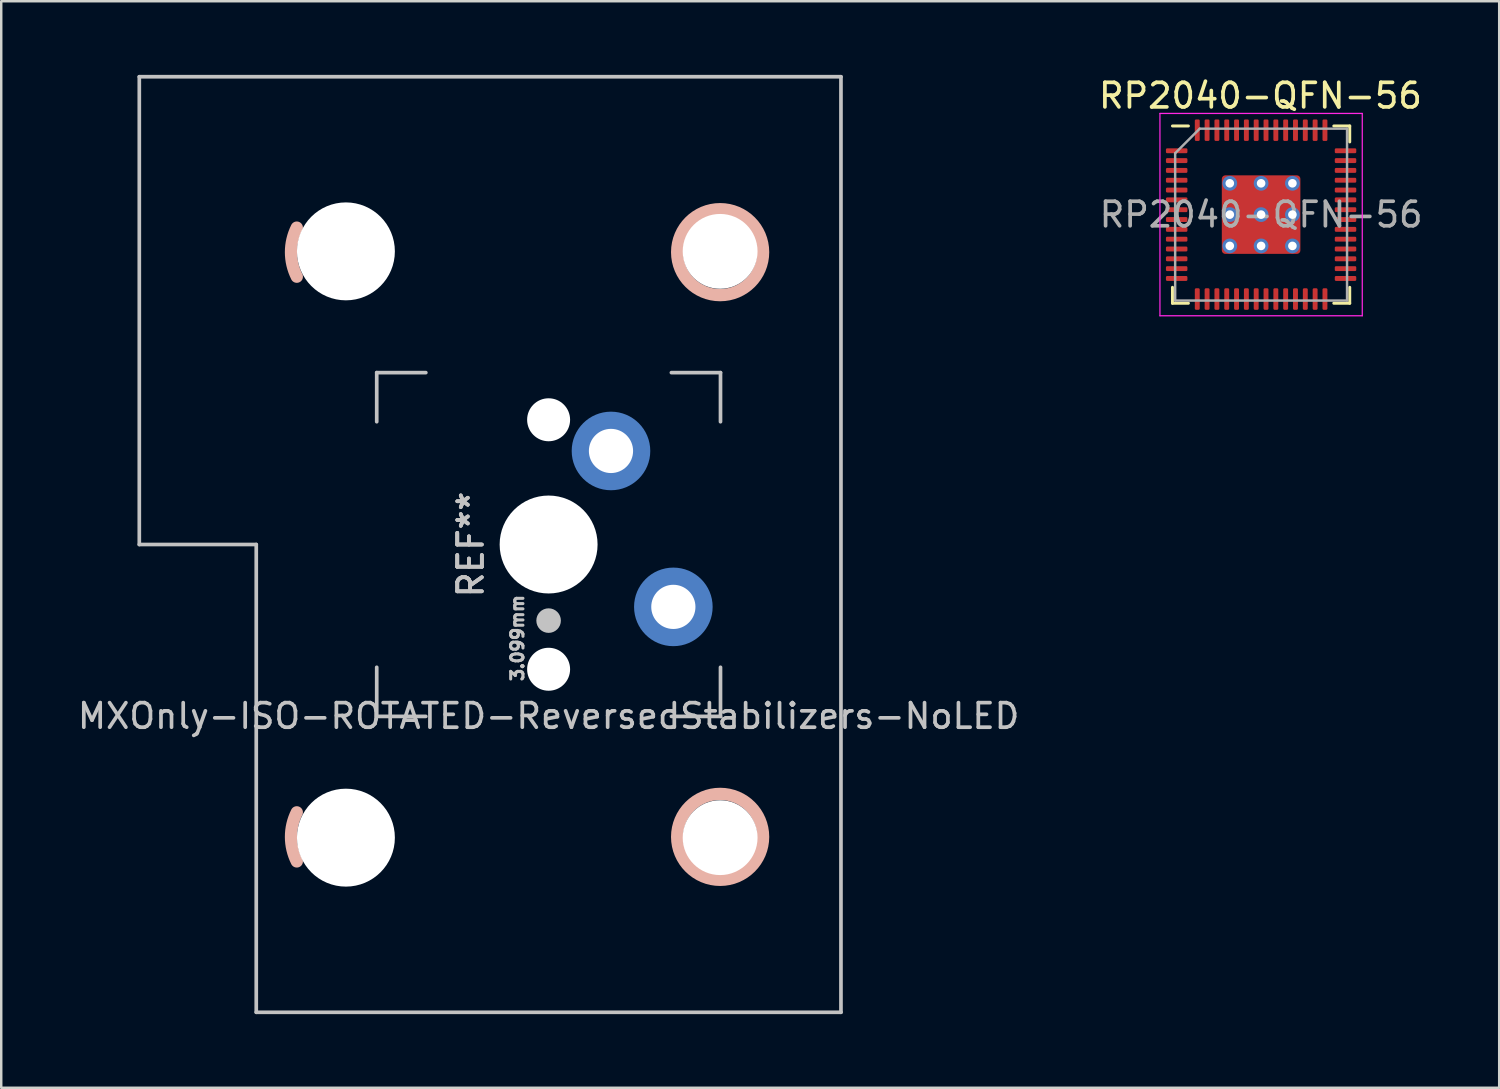
<source format=kicad_pcb>
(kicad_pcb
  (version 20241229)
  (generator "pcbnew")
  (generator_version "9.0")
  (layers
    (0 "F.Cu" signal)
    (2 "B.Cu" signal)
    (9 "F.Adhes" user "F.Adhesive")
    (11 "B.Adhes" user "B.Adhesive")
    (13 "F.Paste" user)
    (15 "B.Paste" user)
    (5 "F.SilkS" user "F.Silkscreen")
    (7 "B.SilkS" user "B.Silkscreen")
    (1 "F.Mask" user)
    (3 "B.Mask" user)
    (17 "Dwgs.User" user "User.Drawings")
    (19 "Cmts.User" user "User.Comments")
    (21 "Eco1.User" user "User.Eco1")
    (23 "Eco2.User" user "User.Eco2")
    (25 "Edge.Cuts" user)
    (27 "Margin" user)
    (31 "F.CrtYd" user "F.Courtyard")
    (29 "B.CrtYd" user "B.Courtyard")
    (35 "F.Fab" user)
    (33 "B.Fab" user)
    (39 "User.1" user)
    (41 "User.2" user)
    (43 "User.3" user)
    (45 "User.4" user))
  (footprint "MXOnly-ISO-ROTATED-ReversedStabilizers-NoLED"
    (layer "F.Cu")
    (at 19.292 19.125)
    (property "Reference" "MXOnly-ISO-ROTATED-ReversedStabilizers-NoLED" (at 0 6.985 0) (layer "Dwgs.User") (effects (font (size 1 1) (thickness 0.15))))
    (attr through_hole)
    (fp_arc (start -10.255 -10.90625) (mid -10.491068 -11.905663) (end -10.255525 -12.905199) (stroke (width 0.5) (type solid)) (layer "B.SilkS"))
    (fp_arc (start -10.255 12.90625) (mid -10.491068 11.906837) (end -10.255525 10.907301) (stroke (width 0.5) (type solid)) (layer "B.SilkS"))
    (fp_circle (center 6.985 -11.906) (end 6.985 -10.156) (stroke (width 0.5) (type solid)) (fill no) (layer "B.SilkS"))
    (fp_circle (center 6.985 11.906) (end 6.985 13.656) (stroke (width 0.5) (type solid)) (fill no) (layer "B.SilkS"))
    (fp_line (start -16.669 -19.05) (end -16.669 0) (stroke (width 0.15) (type solid)) (layer "Dwgs.User"))
    (fp_line (start -16.669 -19.05) (end 11.906 -19.05) (stroke (width 0.15) (type solid)) (layer "Dwgs.User"))
    (fp_line (start -11.906 0) (end -16.669 0) (stroke (width 0.15) (type solid)) (layer "Dwgs.User"))
    (fp_line (start -11.906 19.05) (end -11.906 0) (stroke (width 0.15) (type solid)) (layer "Dwgs.User"))
    (fp_line (start -11.906 19.05) (end 11.906 19.05) (stroke (width 0.15) (type solid)) (layer "Dwgs.User"))
    (fp_line (start -7 -7) (end -7 -5) (stroke (width 0.15) (type solid)) (layer "Dwgs.User"))
    (fp_line (start -7 5) (end -7 7) (stroke (width 0.15) (type solid)) (layer "Dwgs.User"))
    (fp_line (start -7 7) (end -5 7) (stroke (width 0.15) (type solid)) (layer "Dwgs.User"))
    (fp_line (start -5 -7) (end -7 -7) (stroke (width 0.15) (type solid)) (layer "Dwgs.User"))
    (fp_line (start 7 -7) (end 5 -7) (stroke (width 0.15) (type solid)) (layer "Dwgs.User"))
    (fp_line (start 7 -5) (end 7 -7) (stroke (width 0.15) (type solid)) (layer "Dwgs.User"))
    (fp_line (start 7 5) (end 7 7) (stroke (width 0.15) (type solid)) (layer "Dwgs.User"))
    (fp_line (start 7 7) (end 5 7) (stroke (width 0.15) (type solid)) (layer "Dwgs.User"))
    (fp_line (start 11.906 -19.05) (end 11.906 19.05) (stroke (width 0.15) (type solid)) (layer "Dwgs.User"))
    (fp_text user "REF**" (at -3.175 0 270) (layer "Dwgs.User") (effects (font (size 1 1) (thickness 0.15))))
    (fp_text user "3.099mm" (at -1.27 3.81 270) (layer "Dwgs.User") (effects (font (size 0.5 0.5) (thickness 0.125))))
    (fp_text user "REF**" (at -3.175 0 270) (layer "Dwgs.User") (effects (font (size 1 1) (thickness 0.15))))
    (fp_text user "REF**" (at -3.175 0 270) (layer "Dwgs.User") (effects (font (size 1 1) (thickness 0.15))))
    (pad "" np_thru_hole circle (at -8.255 -11.938) (size 3.988 3.988) (drill 3.988) (layers "*.Cu" "*.Mask"))
    (pad "" np_thru_hole circle (at -8.255 11.938) (size 3.988 3.988) (drill 3.988) (layers "*.Cu" "*.Mask"))
    (pad "" np_thru_hole circle (at 0 -5.08 318.1) (size 1.75 1.75) (drill 1.75) (layers "*.Cu" "*.Mask"))
    (pad "" np_thru_hole circle (at 0 0 270) (size 3.988 3.988) (drill 3.988) (layers "*.Cu" "*.Mask"))
    (pad "" smd circle (at 0 3.099 270) (size 1 1) (layers "Dwgs.User"))
    (pad "" np_thru_hole circle (at 0 5.08 318.1) (size 1.75 1.75) (drill 1.75) (layers "*.Cu" "*.Mask"))
    (pad "" smd circle (at 2.54 -3.81 270) (size 2.8 2.8) (layers "B.Mask"))
    (pad "" smd circle (at 5.08 2.54 270) (size 2.8 2.8) (layers "B.Mask"))
    (pad "" np_thru_hole circle (at 6.985 -11.938) (size 3.048 3.048) (drill 3.048) (layers "*.Cu" "*.Mask"))
    (pad "" np_thru_hole circle (at 6.985 11.938) (size 3.048 3.048) (drill 3.048) (layers "*.Cu" "*.Mask"))
    (pad "1" thru_hole circle (at 2.54 -3.81 270) (size 2.4 2.4) (drill 1.8) (layers "*.Cu"))
    (pad "1" connect circle (at 2.54 -3.81 270) (size 3.2 3.2) (layers "B.Cu"))
    (pad "2" thru_hole circle (at 5.08 2.54 270) (size 2.4 2.4) (drill 1.8) (layers "*.Cu"))
    (pad "2" connect circle (at 5.08 2.54 270) (size 3.2 3.2) (layers "B.Cu")))
  (footprint "RP2040-QFN-56"
    (layer "F.Cu")
    (at 48.308 5.69)
    (property "Reference" "RP2040-QFN-56" (at -0.028 -4.842 0) (layer "F.SilkS") (effects (font (size 1 1) (thickness 0.15))))
    (attr smd)
    (fp_line (start -3.61 3.61) (end -3.61 2.96) (stroke (width 0.12) (type solid)) (layer "F.SilkS"))
    (fp_line (start -2.96 -3.61) (end -3.61 -3.61) (stroke (width 0.12) (type solid)) (layer "F.SilkS"))
    (fp_line (start -2.96 3.61) (end -3.61 3.61) (stroke (width 0.12) (type solid)) (layer "F.SilkS"))
    (fp_line (start 2.96 -3.61) (end 3.61 -3.61) (stroke (width 0.12) (type solid)) (layer "F.SilkS"))
    (fp_line (start 2.96 3.61) (end 3.61 3.61) (stroke (width 0.12) (type solid)) (layer "F.SilkS"))
    (fp_line (start 3.61 -3.61) (end 3.61 -2.96) (stroke (width 0.12) (type solid)) (layer "F.SilkS"))
    (fp_line (start 3.61 3.61) (end 3.61 2.96) (stroke (width 0.12) (type solid)) (layer "F.SilkS"))
    (fp_line (start -4.12 -4.12) (end -4.12 4.12) (stroke (width 0.05) (type solid)) (layer "F.CrtYd"))
    (fp_line (start -4.12 4.12) (end 4.12 4.12) (stroke (width 0.05) (type solid)) (layer "F.CrtYd"))
    (fp_line (start 4.12 -4.12) (end -4.12 -4.12) (stroke (width 0.05) (type solid)) (layer "F.CrtYd"))
    (fp_line (start 4.12 4.12) (end 4.12 -4.12) (stroke (width 0.05) (type solid)) (layer "F.CrtYd"))
    (fp_line (start -3.5 -2.5) (end -2.5 -3.5) (stroke (width 0.1) (type solid)) (layer "F.Fab"))
    (fp_line (start -3.5 3.5) (end -3.5 -2.5) (stroke (width 0.1) (type solid)) (layer "F.Fab"))
    (fp_line (start -2.5 -3.5) (end 3.5 -3.5) (stroke (width 0.1) (type solid)) (layer "F.Fab"))
    (fp_line (start 3.5 -3.5) (end 3.5 3.5) (stroke (width 0.1) (type solid)) (layer "F.Fab"))
    (fp_line (start 3.5 3.5) (end -3.5 3.5) (stroke (width 0.1) (type solid)) (layer "F.Fab"))
    (fp_text user "${REFERENCE}" (at 0 0 0) (layer "F.Fab") (effects (font (size 1 1) (thickness 0.15))))
    (pad "" smd roundrect (at -0.637 -0.637) (size 1.084 1.084) (layers "F.Paste") (roundrect_rratio 0.231))
    (pad "" smd roundrect (at -0.637 0.637) (size 1.084 1.084) (layers "F.Paste") (roundrect_rratio 0.231))
    (pad "" smd roundrect (at 0.637 -0.637) (size 1.084 1.084) (layers "F.Paste") (roundrect_rratio 0.231))
    (pad "" smd roundrect (at 0.637 0.637) (size 1.084 1.084) (layers "F.Paste") (roundrect_rratio 0.231))
    (pad "1" smd roundrect (at -3.438 -2.6) (size 0.875 0.2) (layers "F.Cu" "F.Mask" "F.Paste") (roundrect_rratio 0.25))
    (pad "2" smd roundrect (at -3.438 -2.2) (size 0.875 0.2) (layers "F.Cu" "F.Mask" "F.Paste") (roundrect_rratio 0.25))
    (pad "3" smd roundrect (at -3.438 -1.8) (size 0.875 0.2) (layers "F.Cu" "F.Mask" "F.Paste") (roundrect_rratio 0.25))
    (pad "4" smd roundrect (at -3.438 -1.4) (size 0.875 0.2) (layers "F.Cu" "F.Mask" "F.Paste") (roundrect_rratio 0.25))
    (pad "5" smd roundrect (at -3.438 -1) (size 0.875 0.2) (layers "F.Cu" "F.Mask" "F.Paste") (roundrect_rratio 0.25))
    (pad "6" smd roundrect (at -3.438 -0.6) (size 0.875 0.2) (layers "F.Cu" "F.Mask" "F.Paste") (roundrect_rratio 0.25))
    (pad "7" smd roundrect (at -3.438 -0.2) (size 0.875 0.2) (layers "F.Cu" "F.Mask" "F.Paste") (roundrect_rratio 0.25))
    (pad "8" smd roundrect (at -3.438 0.2) (size 0.875 0.2) (layers "F.Cu" "F.Mask" "F.Paste") (roundrect_rratio 0.25))
    (pad "9" smd roundrect (at -3.438 0.6) (size 0.875 0.2) (layers "F.Cu" "F.Mask" "F.Paste") (roundrect_rratio 0.25))
    (pad "10" smd roundrect (at -3.438 1) (size 0.875 0.2) (layers "F.Cu" "F.Mask" "F.Paste") (roundrect_rratio 0.25))
    (pad "11" smd roundrect (at -3.438 1.4) (size 0.875 0.2) (layers "F.Cu" "F.Mask" "F.Paste") (roundrect_rratio 0.25))
    (pad "12" smd roundrect (at -3.438 1.8) (size 0.875 0.2) (layers "F.Cu" "F.Mask" "F.Paste") (roundrect_rratio 0.25))
    (pad "13" smd roundrect (at -3.438 2.2) (size 0.875 0.2) (layers "F.Cu" "F.Mask" "F.Paste") (roundrect_rratio 0.25))
    (pad "14" smd roundrect (at -3.438 2.6) (size 0.875 0.2) (layers "F.Cu" "F.Mask" "F.Paste") (roundrect_rratio 0.25))
    (pad "15" smd roundrect (at -2.6 3.438) (size 0.2 0.875) (layers "F.Cu" "F.Mask" "F.Paste") (roundrect_rratio 0.25))
    (pad "16" smd roundrect (at -2.2 3.438) (size 0.2 0.875) (layers "F.Cu" "F.Mask" "F.Paste") (roundrect_rratio 0.25))
    (pad "17" smd roundrect (at -1.8 3.438) (size 0.2 0.875) (layers "F.Cu" "F.Mask" "F.Paste") (roundrect_rratio 0.25))
    (pad "18" smd roundrect (at -1.4 3.438) (size 0.2 0.875) (layers "F.Cu" "F.Mask" "F.Paste") (roundrect_rratio 0.25))
    (pad "19" smd roundrect (at -1 3.438) (size 0.2 0.875) (layers "F.Cu" "F.Mask" "F.Paste") (roundrect_rratio 0.25))
    (pad "20" smd roundrect (at -0.6 3.438) (size 0.2 0.875) (layers "F.Cu" "F.Mask" "F.Paste") (roundrect_rratio 0.25))
    (pad "21" smd roundrect (at -0.2 3.438) (size 0.2 0.875) (layers "F.Cu" "F.Mask" "F.Paste") (roundrect_rratio 0.25))
    (pad "22" smd roundrect (at 0.2 3.438) (size 0.2 0.875) (layers "F.Cu" "F.Mask" "F.Paste") (roundrect_rratio 0.25))
    (pad "23" smd roundrect (at 0.6 3.438) (size 0.2 0.875) (layers "F.Cu" "F.Mask" "F.Paste") (roundrect_rratio 0.25))
    (pad "24" smd roundrect (at 1 3.438) (size 0.2 0.875) (layers "F.Cu" "F.Mask" "F.Paste") (roundrect_rratio 0.25))
    (pad "25" smd roundrect (at 1.4 3.438) (size 0.2 0.875) (layers "F.Cu" "F.Mask" "F.Paste") (roundrect_rratio 0.25))
    (pad "26" smd roundrect (at 1.8 3.438) (size 0.2 0.875) (layers "F.Cu" "F.Mask" "F.Paste") (roundrect_rratio 0.25))
    (pad "27" smd roundrect (at 2.2 3.438) (size 0.2 0.875) (layers "F.Cu" "F.Mask" "F.Paste") (roundrect_rratio 0.25))
    (pad "28" smd roundrect (at 2.6 3.438) (size 0.2 0.875) (layers "F.Cu" "F.Mask" "F.Paste") (roundrect_rratio 0.25))
    (pad "29" smd roundrect (at 3.438 2.6) (size 0.875 0.2) (layers "F.Cu" "F.Mask" "F.Paste") (roundrect_rratio 0.25))
    (pad "30" smd roundrect (at 3.438 2.2) (size 0.875 0.2) (layers "F.Cu" "F.Mask" "F.Paste") (roundrect_rratio 0.25))
    (pad "31" smd roundrect (at 3.438 1.8) (size 0.875 0.2) (layers "F.Cu" "F.Mask" "F.Paste") (roundrect_rratio 0.25))
    (pad "32" smd roundrect (at 3.438 1.4) (size 0.875 0.2) (layers "F.Cu" "F.Mask" "F.Paste") (roundrect_rratio 0.25))
    (pad "33" smd roundrect (at 3.438 1) (size 0.875 0.2) (layers "F.Cu" "F.Mask" "F.Paste") (roundrect_rratio 0.25))
    (pad "34" smd roundrect (at 3.438 0.6) (size 0.875 0.2) (layers "F.Cu" "F.Mask" "F.Paste") (roundrect_rratio 0.25))
    (pad "35" smd roundrect (at 3.438 0.2) (size 0.875 0.2) (layers "F.Cu" "F.Mask" "F.Paste") (roundrect_rratio 0.25))
    (pad "36" smd roundrect (at 3.438 -0.2) (size 0.875 0.2) (layers "F.Cu" "F.Mask" "F.Paste") (roundrect_rratio 0.25))
    (pad "37" smd roundrect (at 3.438 -0.6) (size 0.875 0.2) (layers "F.Cu" "F.Mask" "F.Paste") (roundrect_rratio 0.25))
    (pad "38" smd roundrect (at 3.438 -1) (size 0.875 0.2) (layers "F.Cu" "F.Mask" "F.Paste") (roundrect_rratio 0.25))
    (pad "39" smd roundrect (at 3.438 -1.4) (size 0.875 0.2) (layers "F.Cu" "F.Mask" "F.Paste") (roundrect_rratio 0.25))
    (pad "40" smd roundrect (at 3.438 -1.8) (size 0.875 0.2) (layers "F.Cu" "F.Mask" "F.Paste") (roundrect_rratio 0.25))
    (pad "41" smd roundrect (at 3.438 -2.2) (size 0.875 0.2) (layers "F.Cu" "F.Mask" "F.Paste") (roundrect_rratio 0.25))
    (pad "42" smd roundrect (at 3.438 -2.6) (size 0.875 0.2) (layers "F.Cu" "F.Mask" "F.Paste") (roundrect_rratio 0.25))
    (pad "43" smd roundrect (at 2.6 -3.438) (size 0.2 0.875) (layers "F.Cu" "F.Mask" "F.Paste") (roundrect_rratio 0.25))
    (pad "44" smd roundrect (at 2.2 -3.438) (size 0.2 0.875) (layers "F.Cu" "F.Mask" "F.Paste") (roundrect_rratio 0.25))
    (pad "45" smd roundrect (at 1.8 -3.438) (size 0.2 0.875) (layers "F.Cu" "F.Mask" "F.Paste") (roundrect_rratio 0.25))
    (pad "46" smd roundrect (at 1.4 -3.438) (size 0.2 0.875) (layers "F.Cu" "F.Mask" "F.Paste") (roundrect_rratio 0.25))
    (pad "47" smd roundrect (at 1 -3.438) (size 0.2 0.875) (layers "F.Cu" "F.Mask" "F.Paste") (roundrect_rratio 0.25))
    (pad "48" smd roundrect (at 0.6 -3.438) (size 0.2 0.875) (layers "F.Cu" "F.Mask" "F.Paste") (roundrect_rratio 0.25))
    (pad "49" smd roundrect (at 0.2 -3.438) (size 0.2 0.875) (layers "F.Cu" "F.Mask" "F.Paste") (roundrect_rratio 0.25))
    (pad "50" smd roundrect (at -0.2 -3.438) (size 0.2 0.875) (layers "F.Cu" "F.Mask" "F.Paste") (roundrect_rratio 0.25))
    (pad "51" smd roundrect (at -0.6 -3.438) (size 0.2 0.875) (layers "F.Cu" "F.Mask" "F.Paste") (roundrect_rratio 0.25))
    (pad "52" smd roundrect (at -1 -3.438) (size 0.2 0.875) (layers "F.Cu" "F.Mask" "F.Paste") (roundrect_rratio 0.25))
    (pad "53" smd roundrect (at -1.4 -3.438) (size 0.2 0.875) (layers "F.Cu" "F.Mask" "F.Paste") (roundrect_rratio 0.25))
    (pad "54" smd roundrect (at -1.8 -3.438) (size 0.2 0.875) (layers "F.Cu" "F.Mask" "F.Paste") (roundrect_rratio 0.25))
    (pad "55" smd roundrect (at -2.2 -3.438) (size 0.2 0.875) (layers "F.Cu" "F.Mask" "F.Paste") (roundrect_rratio 0.25))
    (pad "56" smd roundrect (at -2.6 -3.438) (size 0.2 0.875) (layers "F.Cu" "F.Mask" "F.Paste") (roundrect_rratio 0.25))
    (pad "57" thru_hole circle (at -1.275 -1.275) (size 0.6 0.6) (drill 0.35) (layers "*.Cu"))
    (pad "57" thru_hole circle (at -1.275 0) (size 0.6 0.6) (drill 0.35) (layers "*.Cu"))
    (pad "57" thru_hole circle (at -1.275 1.275) (size 0.6 0.6) (drill 0.35) (layers "*.Cu"))
    (pad "57" thru_hole circle (at 0 -1.275) (size 0.6 0.6) (drill 0.35) (layers "*.Cu"))
    (pad "57" thru_hole circle (at 0 0) (size 0.6 0.6) (drill 0.35) (layers "*.Cu"))
    (pad "57" smd roundrect (at 0 0) (size 3.2 3.2) (layers "F.Cu" "F.Mask") (roundrect_rratio 0.045))
    (pad "57" thru_hole circle (at 0 1.275) (size 0.6 0.6) (drill 0.35) (layers "*.Cu"))
    (pad "57" thru_hole circle (at 1.275 -1.275) (size 0.6 0.6) (drill 0.35) (layers "*.Cu"))
    (pad "57" thru_hole circle (at 1.275 0) (size 0.6 0.6) (drill 0.35) (layers "*.Cu"))
    (pad "57" thru_hole circle (at 1.275 1.275) (size 0.6 0.6) (drill 0.35) (layers "*.Cu")))
  (gr_rect
    (start -3 -3)
    (end 58.004 41.25)
    (stroke (width 0.1) (type default))
    (fill no)
    (layer "Edge.Cuts")))
</source>
